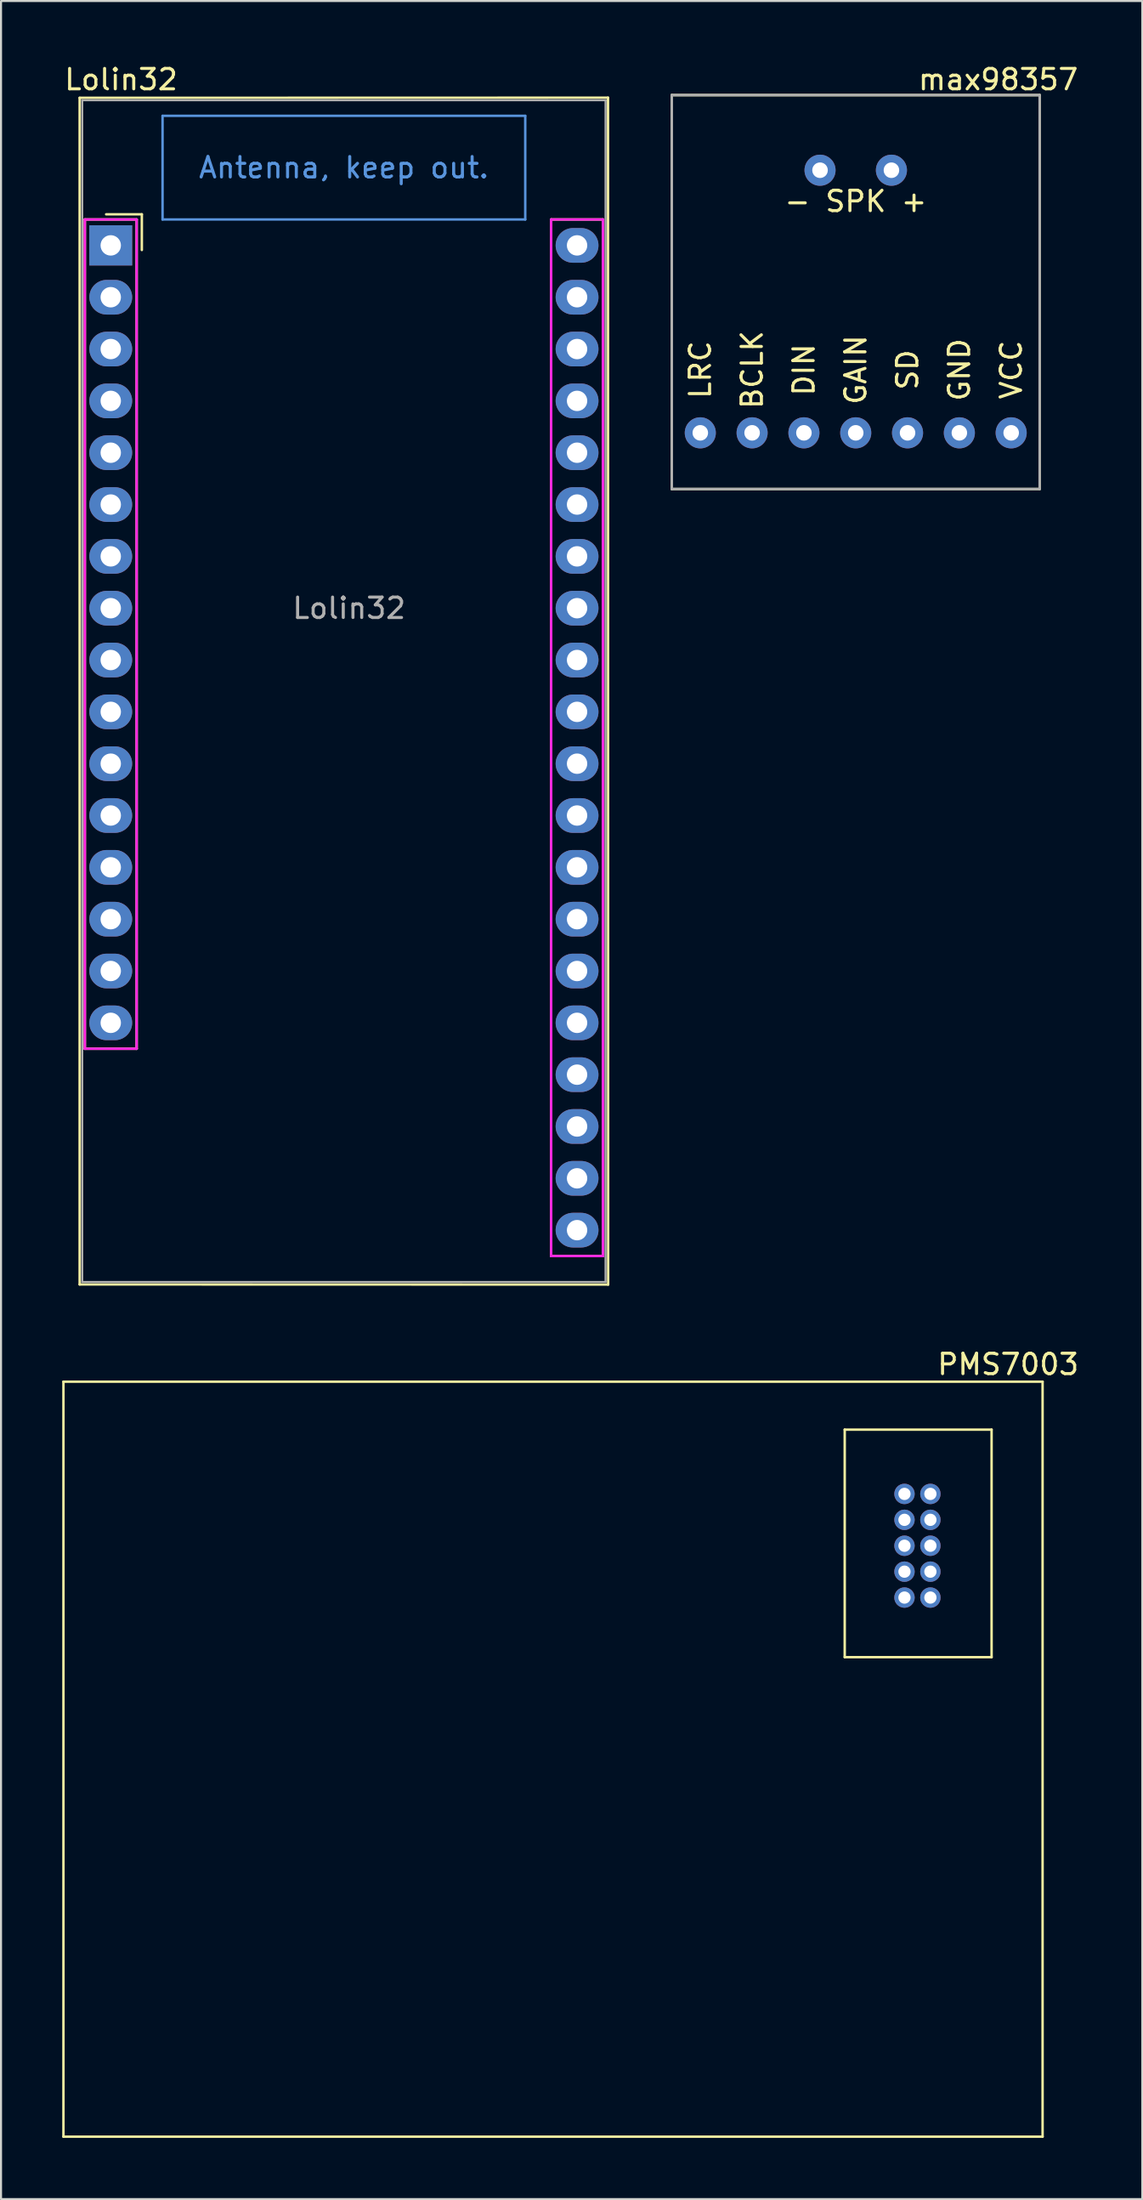
<source format=kicad_pcb>
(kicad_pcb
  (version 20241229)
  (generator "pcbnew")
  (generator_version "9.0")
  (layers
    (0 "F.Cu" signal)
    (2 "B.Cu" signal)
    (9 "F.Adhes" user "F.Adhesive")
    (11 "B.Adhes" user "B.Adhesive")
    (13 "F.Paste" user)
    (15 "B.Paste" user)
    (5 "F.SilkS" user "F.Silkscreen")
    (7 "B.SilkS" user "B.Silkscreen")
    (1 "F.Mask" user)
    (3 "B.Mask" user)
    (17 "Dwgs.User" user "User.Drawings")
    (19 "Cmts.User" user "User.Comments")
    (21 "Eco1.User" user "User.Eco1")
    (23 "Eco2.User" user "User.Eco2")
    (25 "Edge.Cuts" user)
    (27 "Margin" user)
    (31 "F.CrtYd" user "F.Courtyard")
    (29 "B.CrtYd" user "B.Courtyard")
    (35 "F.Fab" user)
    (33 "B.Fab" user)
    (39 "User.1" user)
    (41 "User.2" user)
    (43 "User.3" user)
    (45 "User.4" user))
  (footprint "Lolin32"
    (layer "F.Cu")
    (at 2.379 8.976)
    (property "Reference" "Lolin32" (at 0.508 -8.128 0) (layer "F.SilkS") (effects (font (size 1 1) (thickness 0.15))))
    (attr through_hole)
    (fp_line (start -1.524 -7.232) (end -1.524 50.92) (stroke (width 0.12) (type solid)) (layer "F.SilkS"))
    (fp_line (start -1.524 -7.232) (end 24.377 -7.239) (stroke (width 0.12) (type solid)) (layer "F.SilkS"))
    (fp_line (start -1.524 50.92) (end 24.384 50.927) (stroke (width 0.12) (type solid)) (layer "F.SilkS"))
    (fp_line (start -1.27 -1.27) (end -1.27 39.37) (stroke (width 0.12) (type solid)) (layer "F.SilkS"))
    (fp_line (start -1.27 39.37) (end 1.27 39.37) (stroke (width 0.12) (type solid)) (layer "F.SilkS"))
    (fp_line (start -0.226 -1.524) (end 1.524 -1.524) (stroke (width 0.12) (type solid)) (layer "F.SilkS"))
    (fp_line (start 1.27 -1.27) (end -1.27 -1.27) (stroke (width 0.12) (type solid)) (layer "F.SilkS"))
    (fp_line (start 1.27 39.37) (end 1.27 -1.27) (stroke (width 0.12) (type solid)) (layer "F.SilkS"))
    (fp_line (start 1.524 0.226) (end 1.524 -1.524) (stroke (width 0.12) (type solid)) (layer "F.SilkS"))
    (fp_line (start 21.59 -1.27) (end 21.59 49.53) (stroke (width 0.12) (type solid)) (layer "F.SilkS"))
    (fp_line (start 21.59 49.53) (end 24.13 49.53) (stroke (width 0.12) (type solid)) (layer "F.SilkS"))
    (fp_line (start 24.13 -1.27) (end 21.59 -1.27) (stroke (width 0.12) (type solid)) (layer "F.SilkS"))
    (fp_line (start 24.13 49.53) (end 24.13 -1.27) (stroke (width 0.12) (type solid)) (layer "F.SilkS"))
    (fp_line (start 24.377 -7.239) (end 24.384 50.927) (stroke (width 0.12) (type solid)) (layer "F.SilkS"))
    (fp_line (start 2.54 -6.35) (end 2.54 -1.27) (stroke (width 0.12) (type solid)) (layer "Cmts.User"))
    (fp_line (start 2.54 -1.27) (end 20.32 -1.27) (stroke (width 0.12) (type solid)) (layer "Cmts.User"))
    (fp_line (start 20.32 -6.35) (end 2.54 -6.35) (stroke (width 0.12) (type solid)) (layer "Cmts.User"))
    (fp_line (start 20.32 -1.27) (end 20.32 -6.35) (stroke (width 0.12) (type solid)) (layer "Cmts.User"))
    (fp_line (start -1.27 -1.27) (end -1.27 39.37) (stroke (width 0.12) (type solid)) (layer "F.CrtYd"))
    (fp_line (start -1.27 39.37) (end 1.27 39.37) (stroke (width 0.12) (type solid)) (layer "F.CrtYd"))
    (fp_line (start 1.27 -1.27) (end -1.27 -1.27) (stroke (width 0.12) (type solid)) (layer "F.CrtYd"))
    (fp_line (start 1.27 39.37) (end 1.27 -1.27) (stroke (width 0.12) (type solid)) (layer "F.CrtYd"))
    (fp_line (start 21.59 -1.27) (end 21.59 49.53) (stroke (width 0.12) (type solid)) (layer "F.CrtYd"))
    (fp_line (start 21.59 49.53) (end 24.13 49.53) (stroke (width 0.12) (type solid)) (layer "F.CrtYd"))
    (fp_line (start 24.13 -1.27) (end 21.59 -1.27) (stroke (width 0.12) (type solid)) (layer "F.CrtYd"))
    (fp_line (start 24.13 49.53) (end 24.13 -1.27) (stroke (width 0.12) (type solid)) (layer "F.CrtYd"))
    (fp_line (start -1.397 -7.112) (end -1.397 50.8) (stroke (width 0.1) (type solid)) (layer "F.Fab"))
    (fp_line (start -1.397 -7.112) (end 24.257 -7.112) (stroke (width 0.1) (type solid)) (layer "F.Fab"))
    (fp_line (start -1.397 50.8) (end 24.257 50.8) (stroke (width 0.1) (type solid)) (layer "F.Fab"))
    (fp_line (start 24.257 -7.112) (end 24.257 50.8) (stroke (width 0.1) (type solid)) (layer "F.Fab"))
    (fp_text user "Antenna, keep out." (at 11.43 -3.81 0) (layer "Cmts.User") (effects (font (size 1 1) (thickness 0.15))))
    (fp_text user "${REFERENCE}" (at 11.684 17.78 0) (layer "F.Fab") (effects (font (size 1 1) (thickness 0.15))))
    (pad "1" thru_hole rect (at 0 0) (size 2.1 1.97) (drill 1) (layers "*.Cu" "*.Mask"))
    (pad "2" thru_hole oval (at 0 2.54) (size 2.1 1.7) (drill 1) (layers "*.Cu" "*.Mask"))
    (pad "3" thru_hole oval (at 0 5.08) (size 2.1 1.7) (drill 1) (layers "*.Cu" "*.Mask"))
    (pad "4" thru_hole oval (at 0 7.62) (size 2.1 1.7) (drill 1) (layers "*.Cu" "*.Mask"))
    (pad "5" thru_hole oval (at 0 10.16) (size 2.1 1.7) (drill 1) (layers "*.Cu" "*.Mask"))
    (pad "6" thru_hole oval (at 0 12.7) (size 2.1 1.7) (drill 1) (layers "*.Cu" "*.Mask"))
    (pad "7" thru_hole oval (at 0 15.24) (size 2.1 1.7) (drill 1) (layers "*.Cu" "*.Mask"))
    (pad "8" thru_hole oval (at 0 17.78) (size 2.1 1.7) (drill 1) (layers "*.Cu" "*.Mask"))
    (pad "9" thru_hole oval (at 0 20.32) (size 2.1 1.7) (drill 1) (layers "*.Cu" "*.Mask"))
    (pad "10" thru_hole oval (at 0 22.86) (size 2.1 1.7) (drill 1) (layers "*.Cu" "*.Mask"))
    (pad "11" thru_hole oval (at 0 25.4) (size 2.1 1.7) (drill 1) (layers "*.Cu" "*.Mask"))
    (pad "12" thru_hole oval (at 0 27.94) (size 2.1 1.7) (drill 1) (layers "*.Cu" "*.Mask"))
    (pad "13" thru_hole oval (at 0 30.48) (size 2.1 1.7) (drill 1) (layers "*.Cu" "*.Mask"))
    (pad "14" thru_hole oval (at 0 33.02) (size 2.1 1.7) (drill 1) (layers "*.Cu" "*.Mask"))
    (pad "15" thru_hole oval (at 0 35.56) (size 2.1 1.7) (drill 1) (layers "*.Cu" "*.Mask"))
    (pad "16" thru_hole oval (at 0 38.1) (size 2.1 1.7) (drill 1) (layers "*.Cu" "*.Mask"))
    (pad "17" thru_hole oval (at 22.86 48.26) (size 2.1 1.7) (drill 1) (layers "*.Cu" "*.Mask"))
    (pad "18" thru_hole oval (at 22.86 45.72) (size 2.1 1.7) (drill 1) (layers "*.Cu" "*.Mask"))
    (pad "19" thru_hole oval (at 22.86 43.18) (size 2.1 1.7) (drill 1) (layers "*.Cu" "*.Mask"))
    (pad "20" thru_hole oval (at 22.86 40.64) (size 2.1 1.7) (drill 1) (layers "*.Cu" "*.Mask"))
    (pad "21" thru_hole oval (at 22.86 38.1) (size 2.1 1.7) (drill 1) (layers "*.Cu" "*.Mask"))
    (pad "22" thru_hole oval (at 22.86 35.56) (size 2.1 1.7) (drill 1) (layers "*.Cu" "*.Mask"))
    (pad "23" thru_hole oval (at 22.86 33.02) (size 2.1 1.7) (drill 1) (layers "*.Cu" "*.Mask"))
    (pad "24" thru_hole oval (at 22.86 30.48) (size 2.1 1.7) (drill 1) (layers "*.Cu" "*.Mask"))
    (pad "25" thru_hole oval (at 22.86 27.94) (size 2.1 1.7) (drill 1) (layers "*.Cu" "*.Mask"))
    (pad "26" thru_hole oval (at 22.86 25.4) (size 2.1 1.7) (drill 1) (layers "*.Cu" "*.Mask"))
    (pad "27" thru_hole oval (at 22.86 22.86) (size 2.1 1.7) (drill 1) (layers "*.Cu" "*.Mask"))
    (pad "28" thru_hole oval (at 22.86 20.32) (size 2.1 1.7) (drill 1) (layers "*.Cu" "*.Mask"))
    (pad "29" thru_hole oval (at 22.86 17.78) (size 2.1 1.7) (drill 1) (layers "*.Cu" "*.Mask"))
    (pad "30" thru_hole oval (at 22.86 15.24) (size 2.1 1.7) (drill 1) (layers "*.Cu" "*.Mask"))
    (pad "31" thru_hole oval (at 22.86 12.7) (size 2.1 1.7) (drill 1) (layers "*.Cu" "*.Mask"))
    (pad "32" thru_hole oval (at 22.86 10.16) (size 2.1 1.7) (drill 1) (layers "*.Cu" "*.Mask"))
    (pad "33" thru_hole oval (at 22.86 7.62) (size 2.1 1.7) (drill 1) (layers "*.Cu" "*.Mask"))
    (pad "34" thru_hole oval (at 22.86 5.08) (size 2.1 1.7) (drill 1) (layers "*.Cu" "*.Mask"))
    (pad "35" thru_hole oval (at 22.86 2.54) (size 2.1 1.7) (drill 1) (layers "*.Cu" "*.Mask"))
    (pad "36" thru_hole oval (at 22.86 0) (size 2.1 1.7) (drill 1) (layers "*.Cu" "*.Mask")))
  (footprint "PMS7003"
    (layer "F.Cu")
    (at 42.56 70.162)
    (property "Reference" "PMS7003" (at 3.81 -6.35 0) (layer "F.SilkS") (effects (font (size 1 1) (thickness 0.15))))
    (attr through_hole)
    (fp_line (start -42.5 -5.5) (end -42.5 31.5) (stroke (width 0.12) (type solid)) (layer "F.SilkS"))
    (fp_line (start -42.5 31.5) (end 5.5 31.5) (stroke (width 0.12) (type solid)) (layer "F.SilkS"))
    (fp_line (start -4.2 -3.15) (end -4.2 8) (stroke (width 0.12) (type solid)) (layer "F.SilkS"))
    (fp_line (start -4.2 -3.15) (end 3 -3.15) (stroke (width 0.12) (type solid)) (layer "F.SilkS"))
    (fp_line (start -4.2 8) (end 3 8) (stroke (width 0.12) (type solid)) (layer "F.SilkS"))
    (fp_line (start 3 8) (end 3 -3.15) (stroke (width 0.12) (type solid)) (layer "F.SilkS"))
    (fp_line (start 5.5 -5.5) (end -42.5 -5.5) (stroke (width 0.12) (type solid)) (layer "F.SilkS"))
    (fp_line (start 5.5 31.5) (end 5.5 -5.5) (stroke (width 0.12) (type solid)) (layer "F.SilkS"))
    (pad "1" thru_hole circle (at 0 0) (size 1 1) (drill 0.6) (layers "*.Cu" "*.Mask"))
    (pad "2" thru_hole circle (at -1.27 0 90) (size 1 1) (drill 0.6) (layers "*.Cu" "*.Mask"))
    (pad "3" thru_hole circle (at 0 1.27) (size 1 1) (drill 0.6) (layers "*.Cu" "*.Mask"))
    (pad "4" thru_hole circle (at -1.27 1.27) (size 1 1) (drill 0.6) (layers "*.Cu" "*.Mask"))
    (pad "5" thru_hole circle (at 0 2.54) (size 1 1) (drill 0.6) (layers "*.Cu" "*.Mask"))
    (pad "6" thru_hole circle (at -1.27 2.54) (size 1 1) (drill 0.6) (layers "*.Cu" "*.Mask"))
    (pad "7" thru_hole circle (at 0 3.81) (size 1 1) (drill 0.6) (layers "*.Cu" "*.Mask"))
    (pad "8" thru_hole circle (at -1.27 3.81) (size 1 1) (drill 0.6) (layers "*.Cu" "*.Mask"))
    (pad "9" thru_hole circle (at 0 5.08) (size 1 1) (drill 0.6) (layers "*.Cu" "*.Mask"))
    (pad "10" thru_hole circle (at -1.27 5.08) (size 1 1) (drill 0.6) (layers "*.Cu" "*.Mask")))
  (footprint "max98357"
    (layer "F.Cu")
    (at 38.9 11.262)
    (property "Reference" "max98357" (at 6.985 -10.414 0) (layer "F.SilkS") (effects (font (size 1 1) (thickness 0.15))))
    (attr through_hole)
    (fp_line (start -9.017 -9.652) (end 9.017 -9.652) (stroke (width 0.12) (type solid)) (layer "F.SilkS"))
    (fp_line (start -9.017 9.652) (end -9.017 -9.652) (stroke (width 0.12) (type solid)) (layer "F.SilkS"))
    (fp_line (start 9.017 -9.652) (end 9.017 9.652) (stroke (width 0.12) (type solid)) (layer "F.SilkS"))
    (fp_line (start 9.017 9.652) (end -9.017 9.652) (stroke (width 0.12) (type solid)) (layer "F.SilkS"))
    (fp_line (start -9.017 -9.652) (end 9.017 -9.652) (stroke (width 0.12) (type solid)) (layer "F.Fab"))
    (fp_line (start -9.017 9.652) (end -9.017 -9.652) (stroke (width 0.12) (type solid)) (layer "F.Fab"))
    (fp_line (start 9.017 -9.652) (end 9.017 9.652) (stroke (width 0.12) (type solid)) (layer "F.Fab"))
    (fp_line (start 9.017 9.652) (end -9.017 9.652) (stroke (width 0.12) (type solid)) (layer "F.Fab"))
    (fp_text user "DIN" (at -2.54 3.81 90) (layer "F.SilkS") (effects (font (size 1 1) (thickness 0.15))))
    (fp_text user "GND" (at 5.08 3.81 90) (layer "F.SilkS") (effects (font (size 1 1) (thickness 0.15))))
    (fp_text user "LRC" (at -7.62 3.81 90) (layer "F.SilkS") (effects (font (size 1 1) (thickness 0.15))))
    (fp_text user "SD" (at 2.54 3.81 90) (layer "F.SilkS") (effects (font (size 1 1) (thickness 0.15))))
    (fp_text user "- SPK +" (at 0 -4.445 180) (layer "F.SilkS") (effects (font (size 1 1) (thickness 0.15))))
    (fp_text user "BCLK" (at -5.08 3.81 90) (layer "F.SilkS") (effects (font (size 1 1) (thickness 0.15))))
    (fp_text user "VCC" (at 7.62 3.81 90) (layer "F.SilkS") (effects (font (size 1 1) (thickness 0.15))))
    (fp_text user "GAIN" (at 0 3.81 90) (layer "F.SilkS") (effects (font (size 1 1) (thickness 0.15))))
    (pad "1" thru_hole circle (at -7.62 6.9) (size 1.524 1.524) (drill 0.762) (layers "*.Cu" "*.Mask"))
    (pad "2" thru_hole circle (at -5.08 6.9) (size 1.524 1.524) (drill 0.762) (layers "*.Cu" "*.Mask"))
    (pad "3" thru_hole circle (at -2.54 6.9) (size 1.524 1.524) (drill 0.762) (layers "*.Cu" "*.Mask"))
    (pad "4" thru_hole circle (at 0 6.9) (size 1.524 1.524) (drill 0.762) (layers "*.Cu" "*.Mask"))
    (pad "5" thru_hole circle (at 2.54 6.9) (size 1.524 1.524) (drill 0.762) (layers "*.Cu" "*.Mask"))
    (pad "6" thru_hole circle (at 5.08 6.9) (size 1.524 1.524) (drill 0.762) (layers "*.Cu" "*.Mask"))
    (pad "7" thru_hole circle (at 7.62 6.9) (size 1.524 1.524) (drill 0.762) (layers "*.Cu" "*.Mask"))
    (pad "8" thru_hole circle (at -1.75 -5.97) (size 1.524 1.524) (drill 0.762) (layers "*.Cu" "*.Mask"))
    (pad "9" thru_hole circle (at 1.75 -5.97) (size 1.524 1.524) (drill 0.762) (layers "*.Cu" "*.Mask")))
  (gr_rect
    (start -3 -3)
    (end 52.947 104.722)
    (stroke (width 0.1) (type default))
    (fill no)
    (layer "Edge.Cuts")))
</source>
